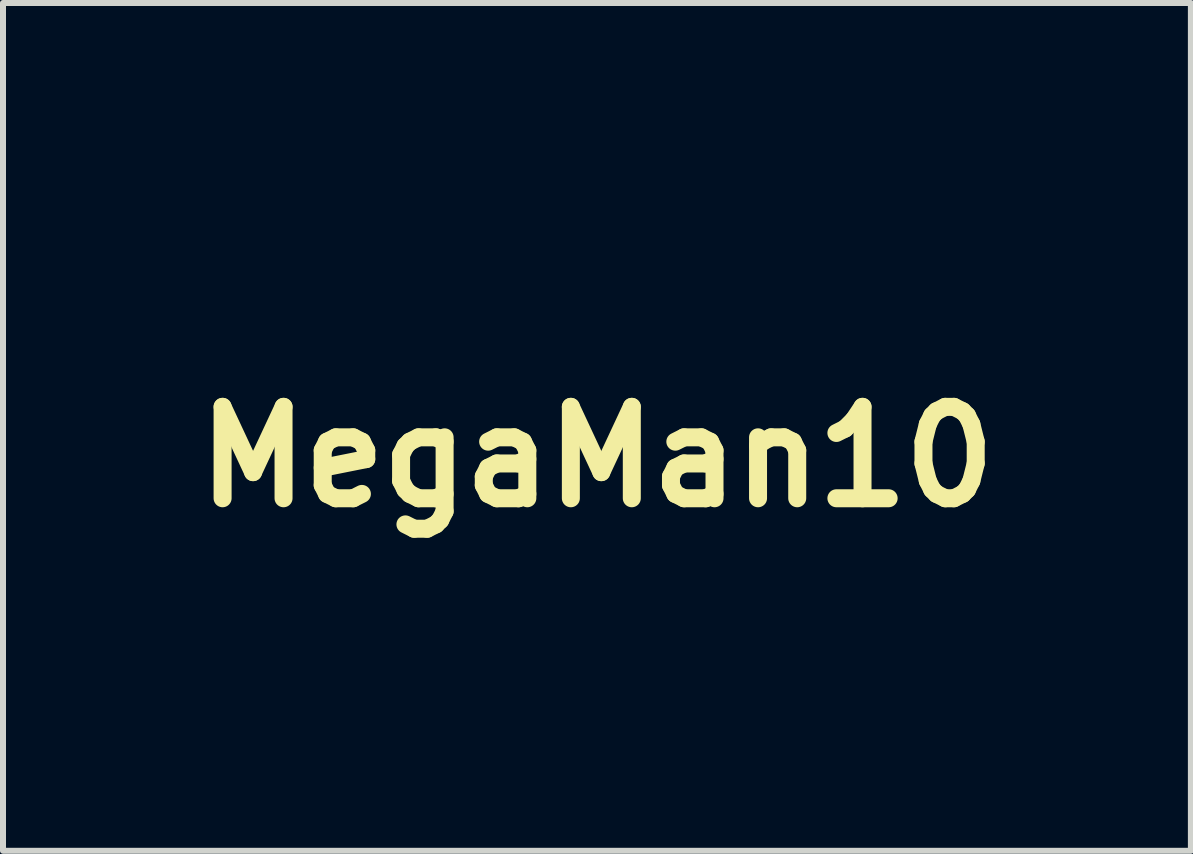
<source format=kicad_pcb>
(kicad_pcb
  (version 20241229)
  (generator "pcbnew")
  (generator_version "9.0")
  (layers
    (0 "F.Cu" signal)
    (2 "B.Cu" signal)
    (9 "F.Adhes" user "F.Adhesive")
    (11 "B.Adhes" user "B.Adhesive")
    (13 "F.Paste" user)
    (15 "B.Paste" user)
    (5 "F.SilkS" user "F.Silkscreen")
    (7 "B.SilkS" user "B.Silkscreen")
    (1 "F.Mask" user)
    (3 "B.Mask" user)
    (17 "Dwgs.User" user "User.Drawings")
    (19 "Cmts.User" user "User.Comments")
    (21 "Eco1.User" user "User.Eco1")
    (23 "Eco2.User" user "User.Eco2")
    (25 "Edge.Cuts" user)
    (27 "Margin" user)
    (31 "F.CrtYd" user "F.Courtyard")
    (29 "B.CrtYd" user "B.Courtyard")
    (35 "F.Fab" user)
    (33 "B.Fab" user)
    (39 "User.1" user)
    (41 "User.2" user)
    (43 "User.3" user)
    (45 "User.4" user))
  (footprint "MegaMan10"
    (layer "F.Cu")
    (at 6.902 4.567)
    (property "Reference" "MegaMan10" (at 0 0 0) (layer "F.SilkS") (effects (font (size 1.524 1.524) (thickness 0.3))))
    (attr board_only exclude_from_pos_files exclude_from_bom)
    (fp_poly (pts (xy 0.8 -1.467) (xy 0.083 -1.467) (xy 0.083 -2.2) (xy 0.8 -2.2)) (stroke (width 0) (type solid)) (fill yes) (layer "F.Mask"))
    (fp_poly (pts (xy 1.15 -4.2) (xy 1.15 -3.917) (xy 1.5 -3.917) (xy 1.5 -3.55) (xy 1.867 -3.55) (xy 1.867 -3.183) (xy 2.217 -3.183) (xy 2.217 -1.183) (xy 2.583 -1.183) (xy 2.583 -0.817) (xy 2.933 -0.817) (xy 2.933 -0.167) (xy 3.3 -0.167) (xy 3.3 1.233) (xy 2.933 1.233) (xy 2.933 1.55) (xy 1.867 1.55) (xy 1.867 1.9) (xy 2.217 1.9) (xy 2.217 2.283) (xy 2.583 2.283) (xy 2.583 2.567) (xy 3.3 2.567) (xy 3.3 2.933) (xy 3.65 2.933) (xy 3.65 3.567) (xy 0.433 3.567) (xy 0.433 2.567) (xy 0.083 2.567) (xy 0.083 2.283) (xy -0.3 2.283) (xy -0.3 2.567) (xy -0.65 2.567) (xy -0.65 3.567) (xy -3.867 3.567) (xy -3.867 2.933) (xy -3.517 2.933) (xy -3.517 2.567) (xy -2.783 2.567) (xy -2.783 2.284) (xy -2.612 2.28) (xy -2.442 2.275) (xy -2.437 2.087) (xy -2.432 1.9) (xy -2.083 1.9) (xy -2.083 1.55) (xy -3.15 1.55) (xy -3.15 1.233) (xy -2.083 1.233) (xy -2.083 1.55) (xy -1.733 1.55) (xy -1.717 1.55) (xy -1.717 1.917) (xy -1.367 1.917) (xy -1.367 2.283) (xy -1 2.283) (xy -1 2.567) (xy -0.65 2.567) (xy -0.65 2.267) (xy -0.3 2.267) (xy -0.3 1.9) (xy 0.083 1.9) (xy 0.083 2.267) (xy 0.433 2.267) (xy 0.433 2.567) (xy 0.783 2.567) (xy 0.783 2.283) (xy 1.5 2.283) (xy 1.5 1.55) (xy 0.433 1.55) (xy 0.433 1.9) (xy 0.083 1.9) (xy -0.3 1.9) (xy -1 1.9) (xy -1 1.55) (xy -1.717 1.55) (xy -1.733 1.55) (xy -1.733 1.233) (xy 1.5 1.233) (xy 1.5 1.55) (xy 1.867 1.55) (xy 1.867 1.233) (xy 1.5 1.233) (xy -1.733 1.233) (xy -2.083 1.233) (xy -3.15 1.233) (xy -3.517 1.233) (xy -3.517 -0.167) (xy -3.15 -0.167) (xy -3.15 -0.817) (xy -2.783 -0.817) (xy -2.433 -0.817) (xy -2.433 -0.45) (xy -2.083 -0.45) (xy -2.083 0.2) (xy -1.733 0.2) (xy -1.733 -0.167) (xy -1.35 -0.167) (xy -1.35 0.9) (xy 1.133 0.9) (xy 1.133 -0.167) (xy -0.65 -0.167) (xy -0.65 -0.45) (xy -1 -0.45) (xy -1 -0.817) (xy -1.367 -0.817) (xy -1.367 -1.183) (xy -2.083 -1.183) (xy -2.083 -0.817) (xy -2.433 -0.817) (xy -2.783 -0.817) (xy -2.783 -1.183) (xy -2.083 -1.183) (xy -2.083 -1.467) (xy -1.733 -1.467) (xy -1.733 -1.85) (xy -2.083 -1.85) (xy -2.083 -2.85) (xy -1.717 -2.85) (xy -1.717 -1.85) (xy -1.35 -1.85) (xy -1.35 -2.2) (xy -1 -2.2) (xy -1 -1.183) (xy -0.65 -1.183) (xy -0.65 -0.45) (xy 1.133 -0.45) (xy 1.15 -0.45) (xy 1.15 -0.167) (xy 1.5 -0.167) (xy 1.5 0.2) (xy 1.867 0.2) (xy 1.867 -0.45) (xy 2.233 -0.45) (xy 2.233 -0.817) (xy 1.5 -0.817) (xy 1.5 -0.45) (xy 1.15 -0.45) (xy 1.133 -0.45) (xy 1.133 -0.817) (xy -0.301 -0.817) (xy -0.296 -0.996) (xy -0.292 -1.175) (xy 0.429 -1.179) (xy 1.15 -1.184) (xy 1.15 -0.817) (xy 1.5 -0.817) (xy 1.5 -1.183) (xy 1.867 -1.183) (xy 1.867 -2.533) (xy 1.5 -2.533) (xy 1.5 -1.467) (xy 1.133 -1.467) (xy 1.133 -2.2) (xy 0.8 -2.2) (xy 0.8 -2.533) (xy -0.65 -2.533) (xy -0.65 -2.2) (xy -1 -2.2) (xy -1.35 -2.2) (xy -1.35 -2.85) (xy -1.717 -2.85) (xy -2.083 -2.85) (xy -2.083 -2.867) (xy -1.733 -2.867) (xy -1.733 -3.183) (xy 0.8 -3.183) (xy 0.8 -2.867) (xy 1.5 -2.867) (xy 1.5 -3.183) (xy 0.8 -3.183) (xy -1.733 -3.183) (xy -1.733 -3.55) (xy -1.35 -3.55) (xy -1.35 -3.917) (xy -1 -3.917) (xy -1 -4.2) (xy -0.3 -4.2) (xy 0.083 -4.2) (xy 0.083 -3.917) (xy 0.433 -3.917) (xy 0.433 -3.55) (xy 1.133 -3.55) (xy 1.133 -3.9) (xy 0.783 -3.9) (xy 0.783 -4.2) (xy 0.083 -4.2) (xy -0.3 -4.2) (xy -0.3 -4.567) (xy 0.783 -4.567) (xy 0.783 -4.2)) (stroke (width 0) (type solid)) (fill yes) (layer "F.Mask")))
  (gr_rect
    (start -3 -3)
    (end 16.803 11.133)
    (stroke (width 0.1) (type default))
    (fill no)
    (layer "Edge.Cuts")))
</source>
